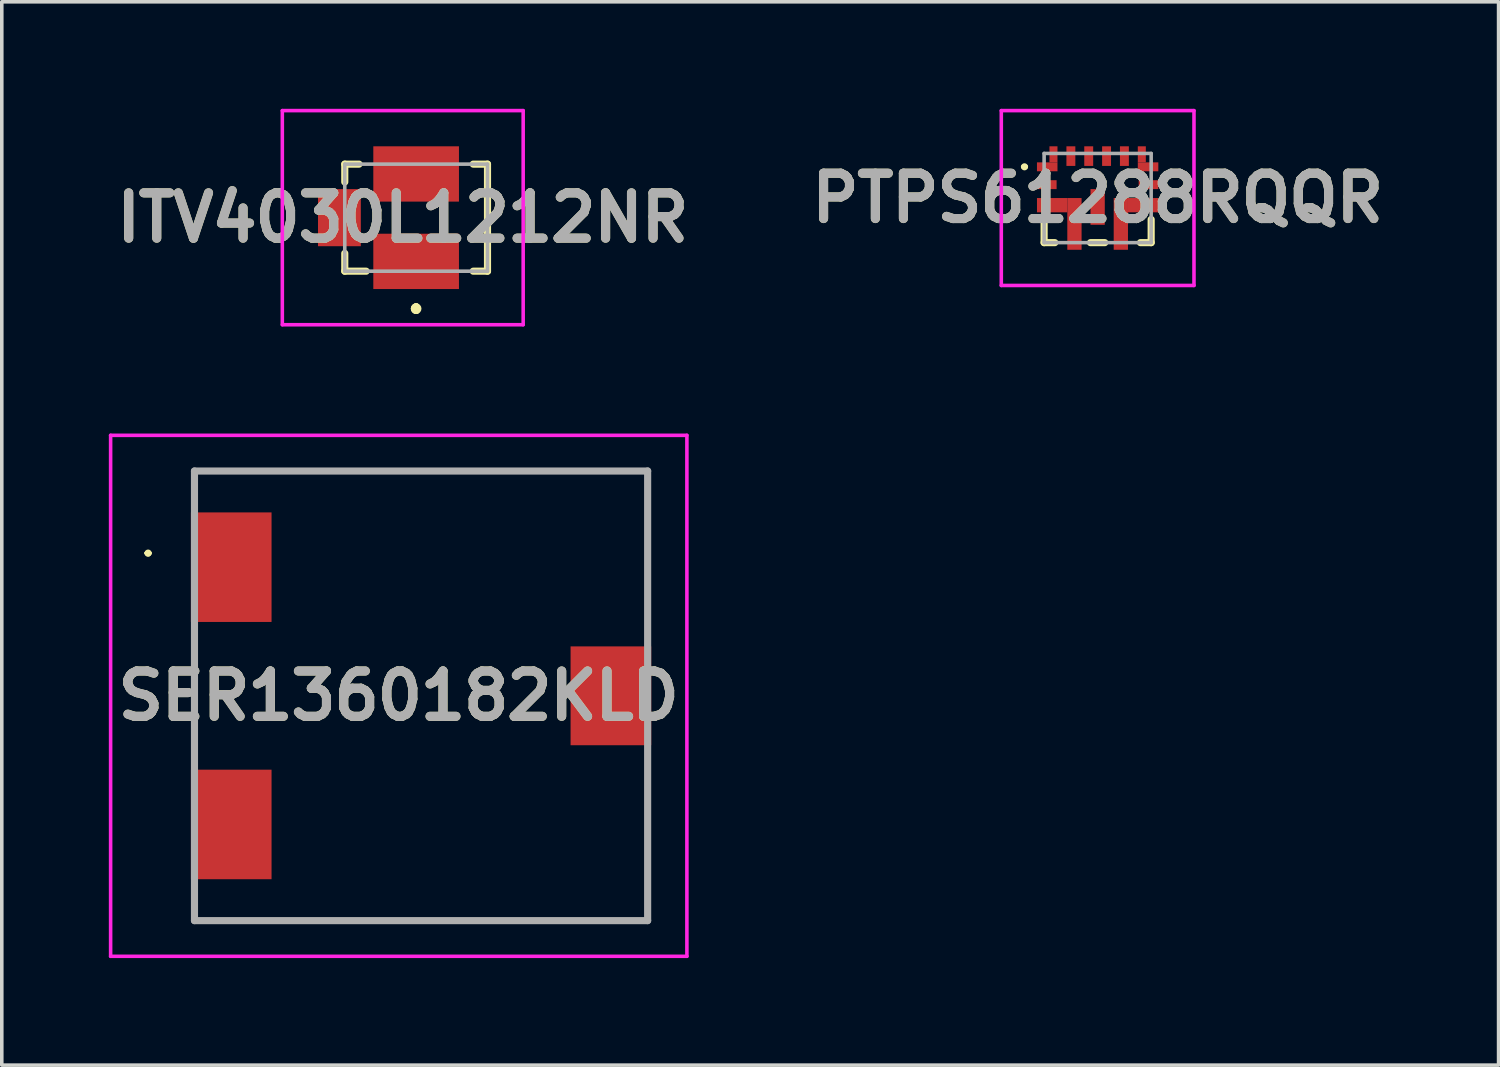
<source format=kicad_pcb>
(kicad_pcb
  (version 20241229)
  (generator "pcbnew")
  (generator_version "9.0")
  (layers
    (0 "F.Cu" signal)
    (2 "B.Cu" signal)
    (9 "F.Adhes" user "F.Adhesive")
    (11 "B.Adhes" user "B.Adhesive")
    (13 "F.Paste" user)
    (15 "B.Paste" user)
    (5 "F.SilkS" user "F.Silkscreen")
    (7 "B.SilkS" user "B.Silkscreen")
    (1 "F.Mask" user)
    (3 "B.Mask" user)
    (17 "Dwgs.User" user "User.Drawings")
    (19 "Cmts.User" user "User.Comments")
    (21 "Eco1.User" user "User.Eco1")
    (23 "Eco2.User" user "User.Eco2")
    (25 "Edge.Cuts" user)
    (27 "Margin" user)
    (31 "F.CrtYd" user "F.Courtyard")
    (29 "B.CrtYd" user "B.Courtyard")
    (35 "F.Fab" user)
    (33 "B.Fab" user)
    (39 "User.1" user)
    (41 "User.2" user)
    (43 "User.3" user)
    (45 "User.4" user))
  (footprint "ITV4030L1212NR"
    (layer "F.Cu")
    (at 8.612 3.05)
    (property "Reference" "ITV4030L1212NR" (at -0.375 0 0) (layer "F.SilkS") (effects (font (size 1.27 1.27) (thickness 0.254))))
    (attr smd)
    (fp_line (start -2 -1.5) (end -2 -1) (stroke (width 0.2) (type solid)) (layer "F.SilkS"))
    (fp_line (start -2 1) (end -2 1.5) (stroke (width 0.2) (type solid)) (layer "F.SilkS"))
    (fp_line (start -2 1.5) (end -1.4 1.5) (stroke (width 0.2) (type solid)) (layer "F.SilkS"))
    (fp_line (start -1.6 -1.5) (end -2 -1.5) (stroke (width 0.2) (type solid)) (layer "F.SilkS"))
    (fp_line (start 0 2.5) (end 0 2.5) (stroke (width 0.2) (type solid)) (layer "F.SilkS"))
    (fp_line (start 0 2.5) (end 0 2.5) (stroke (width 0.2) (type solid)) (layer "F.SilkS"))
    (fp_line (start 0 2.6) (end 0 2.6) (stroke (width 0.2) (type solid)) (layer "F.SilkS"))
    (fp_line (start 1.6 -1.5) (end 2 -1.5) (stroke (width 0.2) (type solid)) (layer "F.SilkS"))
    (fp_line (start 2 -1.5) (end 2 1.5) (stroke (width 0.2) (type solid)) (layer "F.SilkS"))
    (fp_line (start 2 1.5) (end 1.6 1.5) (stroke (width 0.2) (type solid)) (layer "F.SilkS"))
    (fp_arc (start 0 2.5) (mid 0.05 2.55) (end 0 2.6) (stroke (width 0.2) (type solid)) (layer "F.SilkS"))
    (fp_arc (start 0 2.6) (mid -0.05 2.55) (end 0 2.5) (stroke (width 0.2) (type solid)) (layer "F.SilkS"))
    (fp_arc (start 0 2.6) (mid -0.05 2.55) (end 0 2.5) (stroke (width 0.2) (type solid)) (layer "F.SilkS"))
    (fp_line (start -3.75 -3) (end 3 -3) (stroke (width 0.1) (type solid)) (layer "F.CrtYd"))
    (fp_line (start -3.75 3) (end -3.75 -3) (stroke (width 0.1) (type solid)) (layer "F.CrtYd"))
    (fp_line (start 3 -3) (end 3 3) (stroke (width 0.1) (type solid)) (layer "F.CrtYd"))
    (fp_line (start 3 3) (end -3.75 3) (stroke (width 0.1) (type solid)) (layer "F.CrtYd"))
    (fp_line (start -2 -1.5) (end 2 -1.5) (stroke (width 0.1) (type solid)) (layer "F.Fab"))
    (fp_line (start -2 1.5) (end -2 -1.5) (stroke (width 0.1) (type solid)) (layer "F.Fab"))
    (fp_line (start 2 -1.5) (end 2 1.5) (stroke (width 0.1) (type solid)) (layer "F.Fab"))
    (fp_line (start 2 1.5) (end -2 1.5) (stroke (width 0.1) (type solid)) (layer "F.Fab"))
    (fp_text user "${REFERENCE}" (at -0.375 0 0) (layer "F.Fab") (effects (font (size 1.27 1.27) (thickness 0.254))))
    (pad "1" smd rect (at 0 1.225 90) (size 1.55 2.4) (layers "F.Cu" "F.Mask" "F.Paste"))
    (pad "2" smd rect (at -2.15 0) (size 1.2 1.6) (layers "F.Cu" "F.Mask" "F.Paste"))
    (pad "3" smd rect (at 0 -1.225 90) (size 1.55 2.4) (layers "F.Cu" "F.Mask" "F.Paste")))
  (footprint "SER1360182KLD"
    (layer "F.Cu")
    (at 8.75 16.45)
    (property "Reference" "SER1360182KLD" (at -0.625 0 0) (layer "F.SilkS") (effects (font (size 1.27 1.27) (thickness 0.254))))
    (attr smd)
    (fp_line (start -7.7 -4) (end -7.7 -4) (stroke (width 0.1) (type solid)) (layer "F.SilkS"))
    (fp_line (start -7.7 -4) (end -7.7 -4) (stroke (width 0.1) (type solid)) (layer "F.SilkS"))
    (fp_line (start -7.6 -4) (end -7.6 -4) (stroke (width 0.1) (type solid)) (layer "F.SilkS"))
    (fp_line (start -6.35 -6.3) (end -6.35 -6.3) (stroke (width 0.1) (type solid)) (layer "F.SilkS"))
    (fp_line (start -6.35 -6.3) (end 6.25 -6.3) (stroke (width 0.1) (type solid)) (layer "F.SilkS"))
    (fp_line (start -6.35 6.3) (end -6.35 6.3) (stroke (width 0.1) (type solid)) (layer "F.SilkS"))
    (fp_line (start -6.35 6.3) (end 6.35 6.3) (stroke (width 0.1) (type solid)) (layer "F.SilkS"))
    (fp_line (start 6.25 -6.3) (end -6.35 -6.3) (stroke (width 0.1) (type solid)) (layer "F.SilkS"))
    (fp_line (start 6.25 -6.3) (end 6.25 -6.3) (stroke (width 0.1) (type solid)) (layer "F.SilkS"))
    (fp_line (start 6.35 -6.3) (end 6.35 -6.3) (stroke (width 0.1) (type solid)) (layer "F.SilkS"))
    (fp_line (start 6.35 -6.3) (end 6.35 -2.25) (stroke (width 0.1) (type solid)) (layer "F.SilkS"))
    (fp_line (start 6.35 -2.25) (end 6.35 -6.3) (stroke (width 0.1) (type solid)) (layer "F.SilkS"))
    (fp_line (start 6.35 -2.25) (end 6.35 -2.25) (stroke (width 0.1) (type solid)) (layer "F.SilkS"))
    (fp_line (start 6.35 2.25) (end 6.35 2.25) (stroke (width 0.1) (type solid)) (layer "F.SilkS"))
    (fp_line (start 6.35 2.25) (end 6.35 6.3) (stroke (width 0.1) (type solid)) (layer "F.SilkS"))
    (fp_line (start 6.35 6.3) (end -6.35 6.3) (stroke (width 0.1) (type solid)) (layer "F.SilkS"))
    (fp_line (start 6.35 6.3) (end 6.35 2.25) (stroke (width 0.1) (type solid)) (layer "F.SilkS"))
    (fp_line (start 6.35 6.3) (end 6.35 6.3) (stroke (width 0.1) (type solid)) (layer "F.SilkS"))
    (fp_line (start 6.35 6.3) (end 6.35 6.3) (stroke (width 0.1) (type solid)) (layer "F.SilkS"))
    (fp_arc (start -7.7 -4) (mid -7.65 -4.05) (end -7.6 -4) (stroke (width 0.1) (type solid)) (layer "F.SilkS"))
    (fp_arc (start -7.6 -4) (mid -7.65 -3.95) (end -7.7 -4) (stroke (width 0.1) (type solid)) (layer "F.SilkS"))
    (fp_arc (start -7.6 -4) (mid -7.65 -3.95) (end -7.7 -4) (stroke (width 0.1) (type solid)) (layer "F.SilkS"))
    (fp_line (start -8.7 -7.3) (end 7.45 -7.3) (stroke (width 0.1) (type solid)) (layer "F.CrtYd"))
    (fp_line (start -8.7 7.3) (end -8.7 -7.3) (stroke (width 0.1) (type solid)) (layer "F.CrtYd"))
    (fp_line (start 7.45 -7.3) (end 7.45 7.3) (stroke (width 0.1) (type solid)) (layer "F.CrtYd"))
    (fp_line (start 7.45 7.3) (end -8.7 7.3) (stroke (width 0.1) (type solid)) (layer "F.CrtYd"))
    (fp_line (start -6.35 -6.3) (end -6.35 6.3) (stroke (width 0.2) (type solid)) (layer "F.Fab"))
    (fp_line (start -6.35 6.3) (end 6.35 6.3) (stroke (width 0.2) (type solid)) (layer "F.Fab"))
    (fp_line (start 6.35 -6.3) (end -6.35 -6.3) (stroke (width 0.2) (type solid)) (layer "F.Fab"))
    (fp_line (start 6.35 6.3) (end 6.35 -6.3) (stroke (width 0.2) (type solid)) (layer "F.Fab"))
    (fp_text user "${REFERENCE}" (at -0.625 0 0) (layer "F.Fab") (effects (font (size 1.27 1.27) (thickness 0.254))))
    (pad "1" smd rect (at -5.32 -3.605) (size 2.26 3.07) (layers "F.Cu" "F.Mask" "F.Paste"))
    (pad "2" smd rect (at -5.32 3.605) (size 2.26 3.07) (layers "F.Cu" "F.Mask" "F.Paste"))
    (pad "3" smd rect (at 5.32 0) (size 2.26 2.77) (layers "F.Cu" "F.Mask" "F.Paste")))
  (footprint "PTPS61288RQQR"
    (layer "F.Cu")
    (at 27.711 2.5)
    (property "Reference" "PTPS61288RQQR" (at 0 0 0) (layer "F.SilkS") (effects (font (size 1.27 1.27) (thickness 0.254))))
    (attr smd)
    (fp_line (start -2.1 -0.875) (end -2.1 -0.875) (stroke (width 0.1) (type solid)) (layer "F.SilkS"))
    (fp_line (start -2 -0.875) (end -2 -0.875) (stroke (width 0.1) (type solid)) (layer "F.SilkS"))
    (fp_line (start -1.5 0.6) (end -1.5 1.25) (stroke (width 0.2) (type solid)) (layer "F.SilkS"))
    (fp_line (start -1.5 1.25) (end -1.2 1.25) (stroke (width 0.2) (type solid)) (layer "F.SilkS"))
    (fp_line (start -0.2 1.25) (end 0.2 1.25) (stroke (width 0.2) (type solid)) (layer "F.SilkS"))
    (fp_line (start 1.2 1.25) (end 1.5 1.25) (stroke (width 0.2) (type solid)) (layer "F.SilkS"))
    (fp_line (start 1.5 1.25) (end 1.5 0.6) (stroke (width 0.2) (type solid)) (layer "F.SilkS"))
    (fp_arc (start -2.1 -0.875) (mid -2.05 -0.925) (end -2 -0.875) (stroke (width 0.1) (type solid)) (layer "F.SilkS"))
    (fp_arc (start -2 -0.875) (mid -2.05 -0.825) (end -2.1 -0.875) (stroke (width 0.1) (type solid)) (layer "F.SilkS"))
    (fp_line (start -2.7 -2.45) (end 2.7 -2.45) (stroke (width 0.1) (type solid)) (layer "F.CrtYd"))
    (fp_line (start -2.7 2.45) (end -2.7 -2.45) (stroke (width 0.1) (type solid)) (layer "F.CrtYd"))
    (fp_line (start 2.7 -2.45) (end 2.7 2.45) (stroke (width 0.1) (type solid)) (layer "F.CrtYd"))
    (fp_line (start 2.7 2.45) (end -2.7 2.45) (stroke (width 0.1) (type solid)) (layer "F.CrtYd"))
    (fp_line (start -1.5 -1.25) (end 1.5 -1.25) (stroke (width 0.1) (type solid)) (layer "F.Fab"))
    (fp_line (start -1.5 1.25) (end -1.5 -1.25) (stroke (width 0.1) (type solid)) (layer "F.Fab"))
    (fp_line (start 1.5 -1.25) (end 1.5 1.25) (stroke (width 0.1) (type solid)) (layer "F.Fab"))
    (fp_line (start 1.5 1.25) (end -1.5 1.25) (stroke (width 0.1) (type solid)) (layer "F.Fab"))
    (fp_text user "${REFERENCE}" (at 0 0 0) (layer "F.Fab") (effects (font (size 1.27 1.27) (thickness 0.254))))
    (pad "1" smd rect (at -1.413 -0.875 90) (size 0.25 0.575) (layers "F.Cu" "F.Mask" "F.Paste"))
    (pad "2" smd rect (at -1.425 -0.375 90) (size 0.25 0.55) (layers "F.Cu" "F.Mask" "F.Paste"))
    (pad "3" smd rect (at -1.275 0.2 90) (size 0.4 0.85) (layers "F.Cu" "F.Mask" "F.Paste"))
    (pad "4" smd rect (at 0 0.25) (size 0.4 1) (layers "F.Cu" "F.Mask" "F.Paste"))
    (pad "5" smd rect (at 1.275 0.2 90) (size 0.4 0.85) (layers "F.Cu" "F.Mask" "F.Paste"))
    (pad "6" smd rect (at 1.425 -0.375 90) (size 0.25 0.55) (layers "F.Cu" "F.Mask" "F.Paste"))
    (pad "7" smd rect (at 1.413 -0.875 90) (size 0.25 0.575) (layers "F.Cu" "F.Mask" "F.Paste"))
    (pad "8" smd rect (at 0.75 -1.175) (size 0.25 0.55) (layers "F.Cu" "F.Mask" "F.Paste"))
    (pad "9" smd rect (at 0.25 -1.175) (size 0.25 0.55) (layers "F.Cu" "F.Mask" "F.Paste"))
    (pad "10" smd rect (at -0.25 -1.175) (size 0.25 0.55) (layers "F.Cu" "F.Mask" "F.Paste"))
    (pad "11" smd rect (at -0.75 -1.175) (size 0.25 0.55) (layers "F.Cu" "F.Mask" "F.Paste"))
    (pad "12" smd rect (at -0.65 0.725) (size 0.4 1.45) (layers "F.Cu" "F.Mask" "F.Paste"))
    (pad "13" smd rect (at 0.65 0.725) (size 0.4 1.45) (layers "F.Cu" "F.Mask" "F.Paste"))
    (pad "14" smd rect (at 1.238 -1.225) (size 0.225 0.45) (layers "F.Cu" "F.Mask" "F.Paste"))
    (pad "15" smd rect (at -1.238 -1.225) (size 0.225 0.45) (layers "F.Cu" "F.Mask" "F.Paste")))
  (gr_rect
    (start -3 -3)
    (end 38.947 26.8)
    (stroke (width 0.1) (type default))
    (fill no)
    (layer "Edge.Cuts")))
</source>
